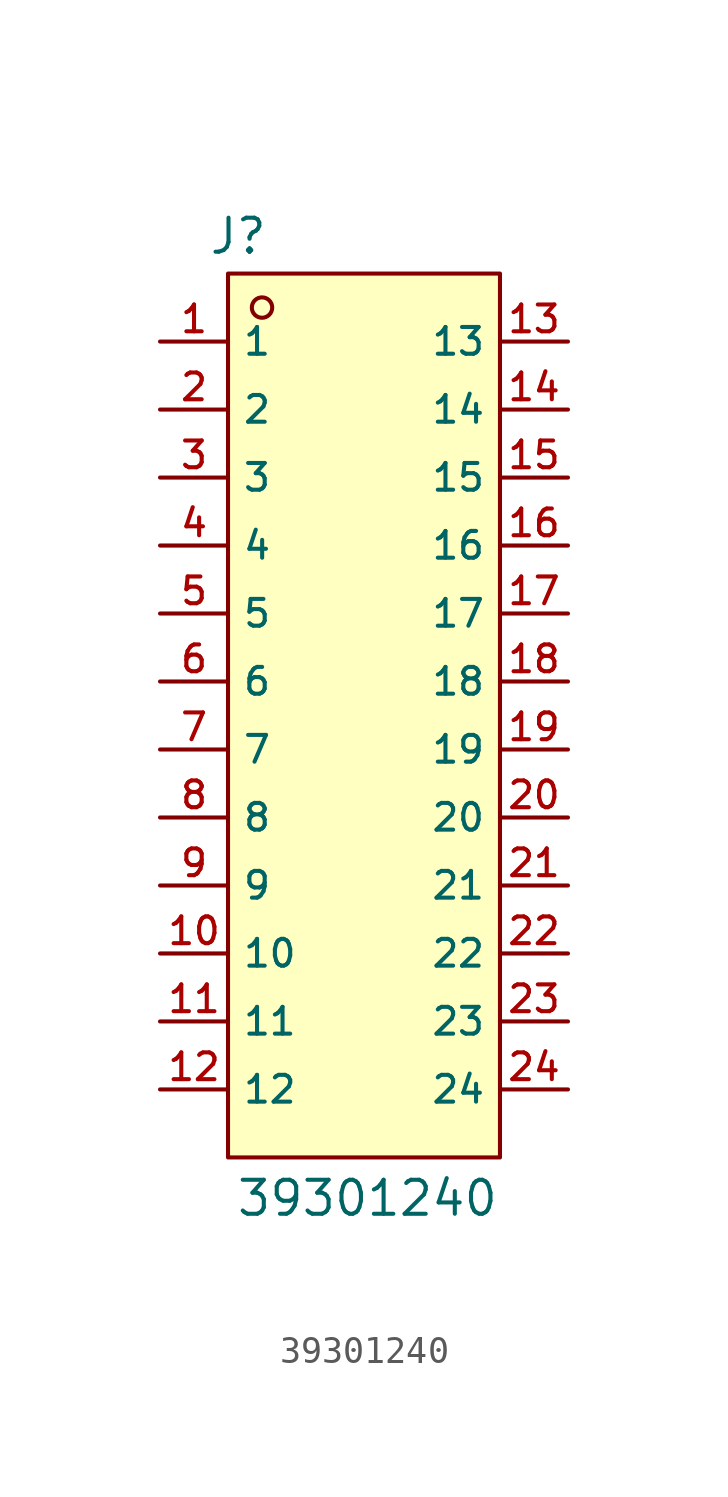
<source format=kicad_sym>
(kicad_symbol_lib
  (version 20220914)
  (generator kicad_symbol_editor)
  (symbol "39301240"
    (property "Reference" "J"
      (at -4.699 17.907 0)
      (effects (font (size 1.27 1.27))))
    (property "Value" "39301240"
      (at 0.127 -18.034 0)
      (effects (font (size 1.27 1.27))))
    (symbol "39301240_0_1"
      (rectangle (start -5.08 16.51) (end 5.08 -16.51) (stroke (width 0) (type default)) (fill (type background)))
      (circle (center -3.81 15.24) (radius 0.381) (stroke (width 0) (type default)) (fill (type background)))
      (pin unspecified line (at -7.62 13.97 0) (length 2.54) (name "1" (effects (font (size 1 1)))) (number "1" (effects (font (size 1 1)))))
      (pin unspecified line (at -7.62 -8.89 0) (length 2.54) (name "10" (effects (font (size 1 1)))) (number "10" (effects (font (size 1 1)))))
      (pin unspecified line (at -7.62 -11.43 0) (length 2.54) (name "11" (effects (font (size 1 1)))) (number "11" (effects (font (size 1 1)))))
      (pin unspecified line (at -7.62 -13.97 0) (length 2.54) (name "12" (effects (font (size 1 1)))) (number "12" (effects (font (size 1 1)))))
      (pin unspecified line (at 7.62 13.97 180) (length 2.54) (name "13" (effects (font (size 1 1)))) (number "13" (effects (font (size 1 1)))))
      (pin unspecified line (at 7.62 11.43 180) (length 2.54) (name "14" (effects (font (size 1 1)))) (number "14" (effects (font (size 1 1)))))
      (pin unspecified line (at 7.62 8.89 180) (length 2.54) (name "15" (effects (font (size 1 1)))) (number "15" (effects (font (size 1 1)))))
      (pin unspecified line (at 7.62 6.35 180) (length 2.54) (name "16" (effects (font (size 1 1)))) (number "16" (effects (font (size 1 1)))))
      (pin unspecified line (at 7.62 3.81 180) (length 2.54) (name "17" (effects (font (size 1 1)))) (number "17" (effects (font (size 1 1)))))
      (pin unspecified line (at 7.62 1.27 180) (length 2.54) (name "18" (effects (font (size 1 1)))) (number "18" (effects (font (size 1 1)))))
      (pin unspecified line (at 7.62 -1.27 180) (length 2.54) (name "19" (effects (font (size 1 1)))) (number "19" (effects (font (size 1 1)))))
      (pin unspecified line (at -7.62 11.43 0) (length 2.54) (name "2" (effects (font (size 1 1)))) (number "2" (effects (font (size 1 1)))))
      (pin unspecified line (at 7.62 -3.81 180) (length 2.54) (name "20" (effects (font (size 1 1)))) (number "20" (effects (font (size 1 1)))))
      (pin unspecified line (at 7.62 -6.35 180) (length 2.54) (name "21" (effects (font (size 1 1)))) (number "21" (effects (font (size 1 1)))))
      (pin unspecified line (at 7.62 -8.89 180) (length 2.54) (name "22" (effects (font (size 1 1)))) (number "22" (effects (font (size 1 1)))))
      (pin unspecified line (at 7.62 -11.43 180) (length 2.54) (name "23" (effects (font (size 1 1)))) (number "23" (effects (font (size 1 1)))))
      (pin unspecified line (at 7.62 -13.97 180) (length 2.54) (name "24" (effects (font (size 1 1)))) (number "24" (effects (font (size 1 1)))))
      (pin unspecified line (at -7.62 8.89 0) (length 2.54) (name "3" (effects (font (size 1 1)))) (number "3" (effects (font (size 1 1)))))
      (pin unspecified line (at -7.62 6.35 0) (length 2.54) (name "4" (effects (font (size 1 1)))) (number "4" (effects (font (size 1 1)))))
      (pin unspecified line (at -7.62 3.81 0) (length 2.54) (name "5" (effects (font (size 1 1)))) (number "5" (effects (font (size 1 1)))))
      (pin unspecified line (at -7.62 1.27 0) (length 2.54) (name "6" (effects (font (size 1 1)))) (number "6" (effects (font (size 1 1)))))
      (pin unspecified line (at -7.62 -1.27 0) (length 2.54) (name "7" (effects (font (size 1 1)))) (number "7" (effects (font (size 1 1)))))
      (pin unspecified line (at -7.62 -3.81 0) (length 2.54) (name "8" (effects (font (size 1 1)))) (number "8" (effects (font (size 1 1)))))
      (pin unspecified line (at -7.62 -6.35 0) (length 2.54) (name "9" (effects (font (size 1 1)))) (number "9" (effects (font (size 1 1))))))))
</source>
